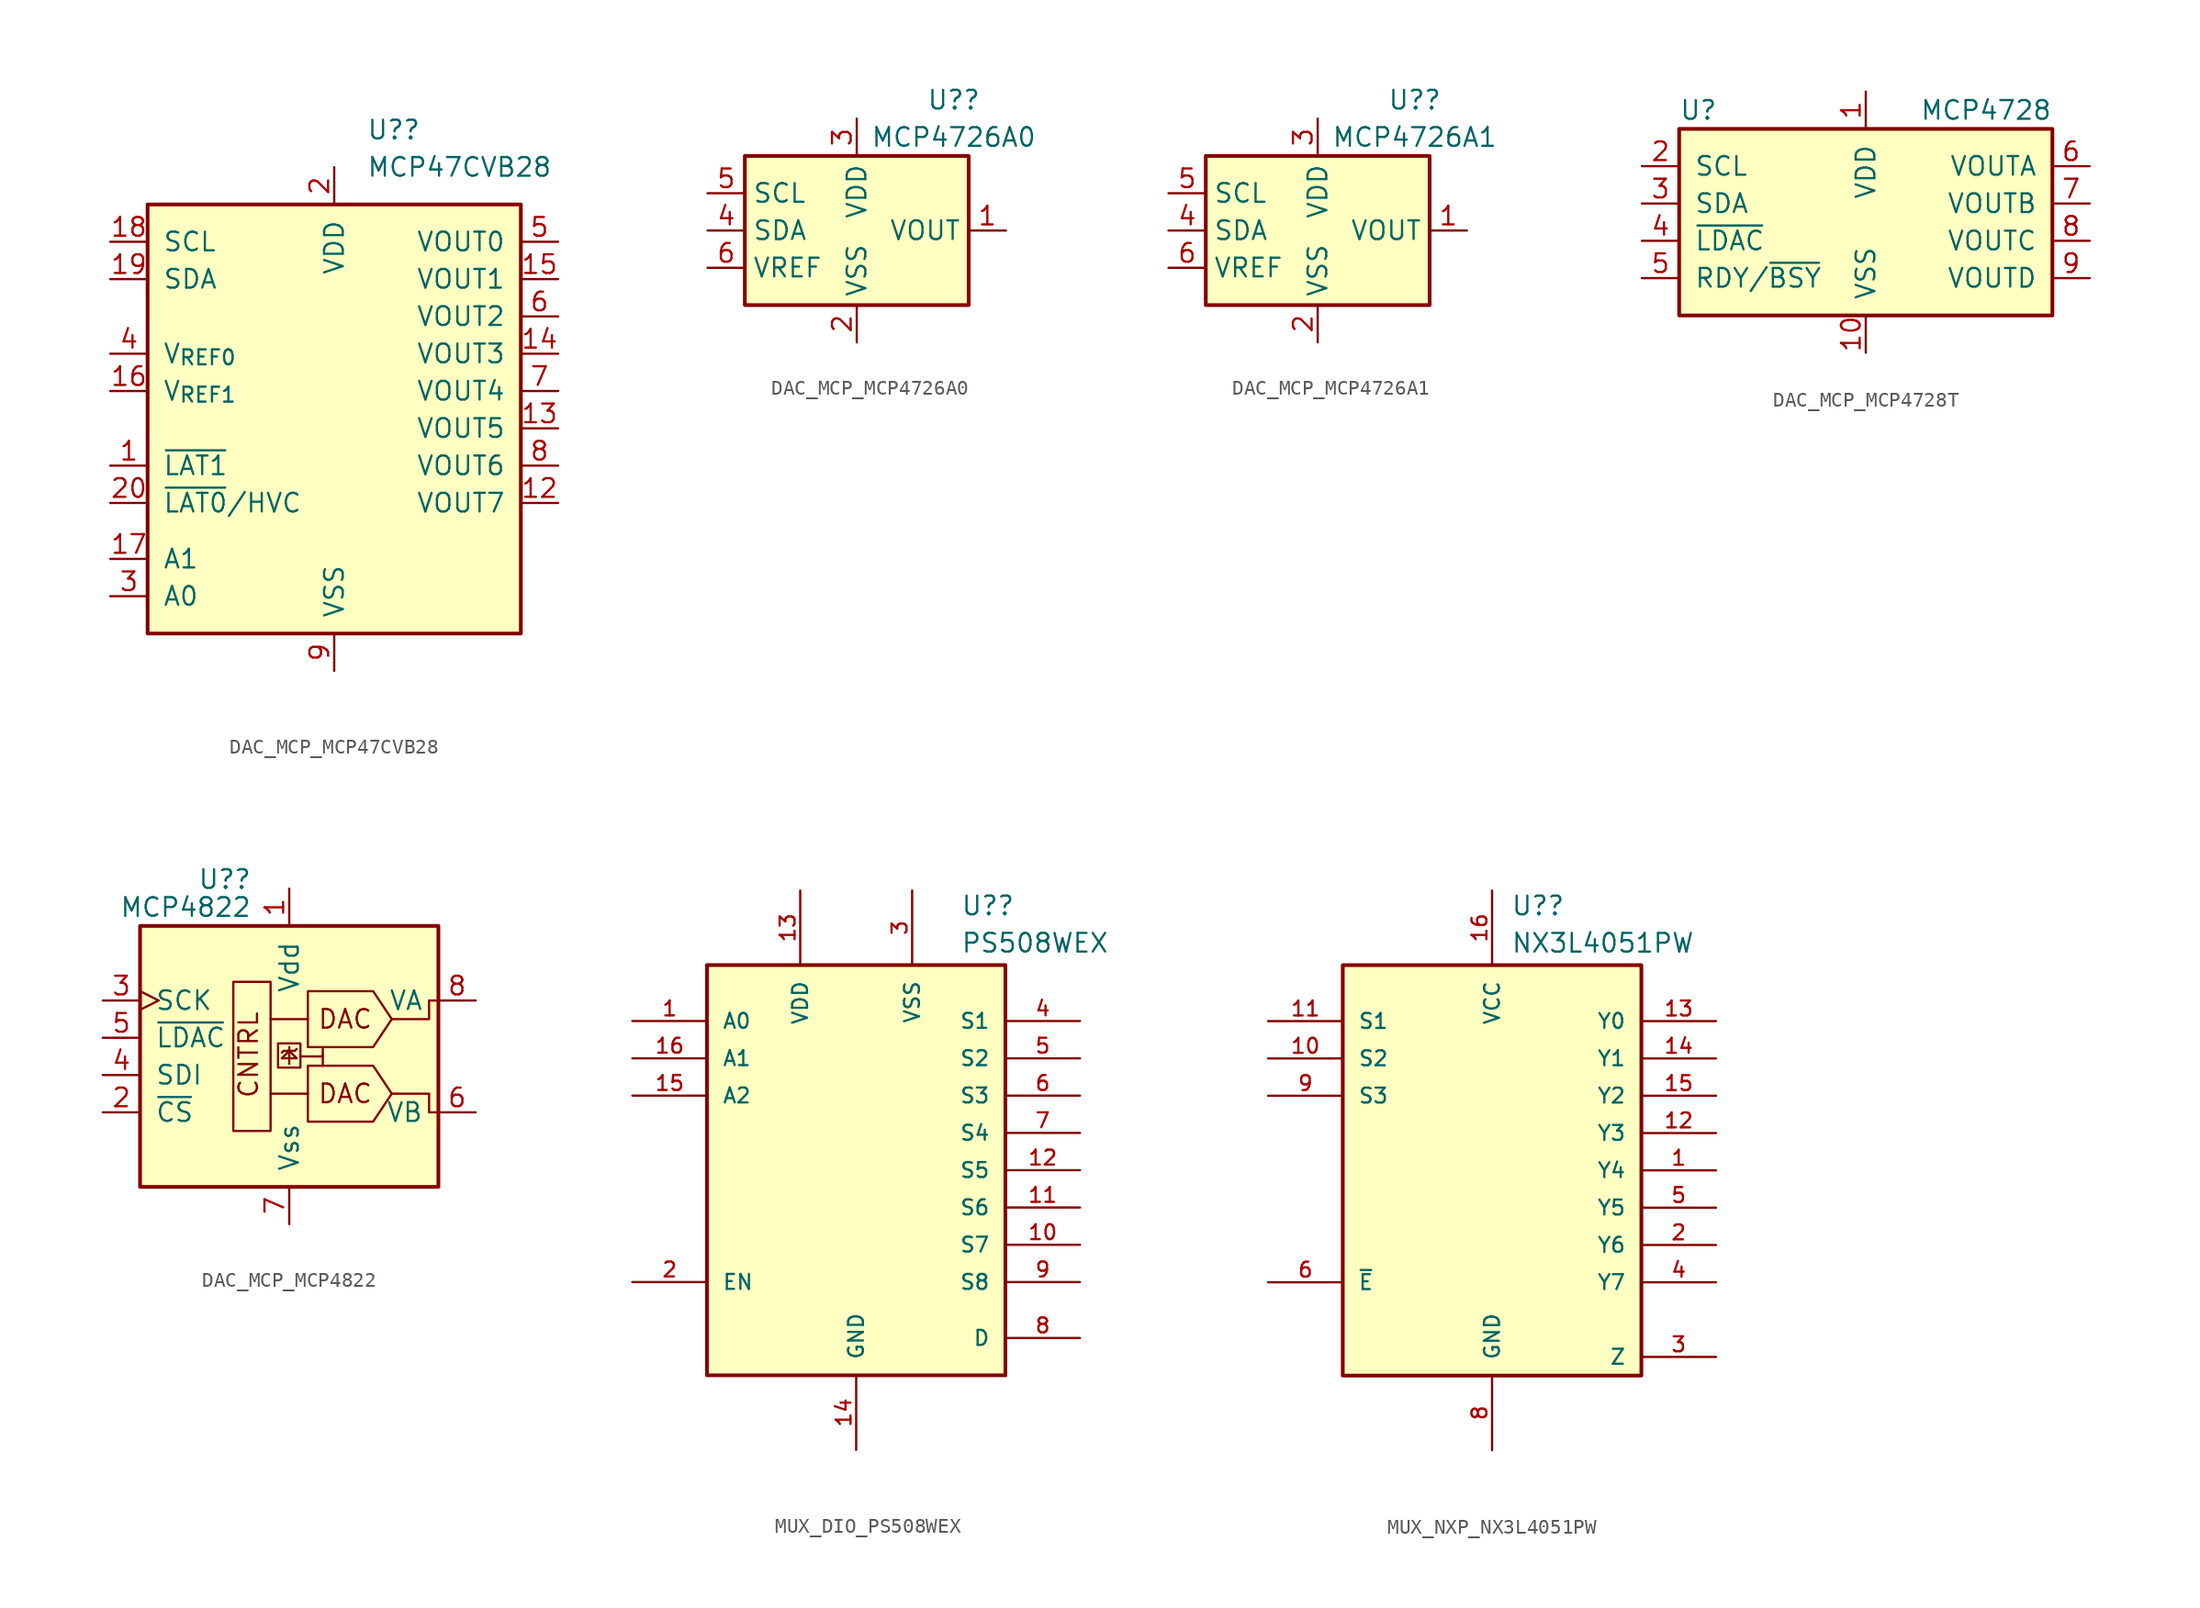
<source format=kicad_sym>
(kicad_symbol_lib
  (version 20231120)
  (generator "kicad_symbol_editor")
  (generator_version "8.0")
  (symbol "DAC_MCP_MCP47CVB28"
    (pin_names
      (offset 1.016))
    (property "Reference" "U?"
      (at 2.194 10.16 0)
      (effects (font (size 1.27 1.27)) (justify left)))
    (property "Value" "MCP47CVB28"
      (at 2.194 7.62 0)
      (effects (font (size 1.27 1.27)) (justify left)))
    (symbol "DAC_MCP_MCP47CVB28_0_1"
      (rectangle (start -12.7 5.08) (end 12.7 -24.13) (stroke (width 0.254) (type default)) (fill (type background))))
    (symbol "DAC_MCP_MCP47CVB28_1_1"
      (pin input line (at -15.24 -12.7 0) (length 2.54) (name "~{LAT1}" (effects (font (size 1.27 1.27)))) (number "1" (effects (font (size 1.27 1.27)))))
      (pin no_connect line (at -5.08 -26.67 90) (length 2.54) hide (name "NC" (effects (font (size 1.27 1.27)))) (number "10" (effects (font (size 1.27 1.27)))))
      (pin no_connect line (at -7.62 -26.67 90) (length 2.54) hide (name "NC" (effects (font (size 1.27 1.27)))) (number "11" (effects (font (size 1.27 1.27)))))
      (pin output line (at 15.24 -15.24 180) (length 2.54) (name "VOUT7" (effects (font (size 1.27 1.27)))) (number "12" (effects (font (size 1.27 1.27)))))
      (pin output line (at 15.24 -10.16 180) (length 2.54) (name "VOUT5" (effects (font (size 1.27 1.27)))) (number "13" (effects (font (size 1.27 1.27)))))
      (pin output line (at 15.24 -5.08 180) (length 2.54) (name "VOUT3" (effects (font (size 1.27 1.27)))) (number "14" (effects (font (size 1.27 1.27)))))
      (pin output line (at 15.24 0 180) (length 2.54) (name "VOUT1" (effects (font (size 1.27 1.27)))) (number "15" (effects (font (size 1.27 1.27)))))
      (pin output line (at -15.24 -7.62 0) (length 2.54) (name "V_{REF1}" (effects (font (size 1.27 1.27)))) (number "16" (effects (font (size 1.27 1.27)))))
      (pin bidirectional line (at -15.24 -19.05 0) (length 2.54) (name "A1" (effects (font (size 1.27 1.27)))) (number "17" (effects (font (size 1.27 1.27)))))
      (pin input line (at -15.24 2.54 0) (length 2.54) (name "SCL" (effects (font (size 1.27 1.27)))) (number "18" (effects (font (size 1.27 1.27)))))
      (pin bidirectional line (at -15.24 0 0) (length 2.54) (name "SDA" (effects (font (size 1.27 1.27)))) (number "19" (effects (font (size 1.27 1.27)))))
      (pin power_in line (at 0 7.62 270) (length 2.54) (name "VDD" (effects (font (size 1.27 1.27)))) (number "2" (effects (font (size 1.27 1.27)))))
      (pin input line (at -15.24 -15.24 0) (length 2.54) (name "~{LAT0}/HVC" (effects (font (size 1.27 1.27)))) (number "20" (effects (font (size 1.27 1.27)))))
      (pin bidirectional line (at -15.24 -21.59 0) (length 2.54) (name "A0" (effects (font (size 1.27 1.27)))) (number "3" (effects (font (size 1.27 1.27)))))
      (pin output line (at -15.24 -5.08 0) (length 2.54) (name "V_{REF0}" (effects (font (size 1.27 1.27)))) (number "4" (effects (font (size 1.27 1.27)))))
      (pin output line (at 15.24 2.54 180) (length 2.54) (name "VOUT0" (effects (font (size 1.27 1.27)))) (number "5" (effects (font (size 1.27 1.27)))))
      (pin output line (at 15.24 -2.54 180) (length 2.54) (name "VOUT2" (effects (font (size 1.27 1.27)))) (number "6" (effects (font (size 1.27 1.27)))))
      (pin output line (at 15.24 -7.62 180) (length 2.54) (name "VOUT4" (effects (font (size 1.27 1.27)))) (number "7" (effects (font (size 1.27 1.27)))))
      (pin output line (at 15.24 -12.7 180) (length 2.54) (name "VOUT6" (effects (font (size 1.27 1.27)))) (number "8" (effects (font (size 1.27 1.27)))))
      (pin power_in line (at 0 -26.67 90) (length 2.54) (name "VSS" (effects (font (size 1.27 1.27)))) (number "9" (effects (font (size 1.27 1.27)))))))
  (symbol "DAC_MCP_MCP4726A0"
    (property "Reference" "U?"
      (at 6.604 8.89 0)
      (effects (font (size 1.27 1.27))))
    (property "Value" "MCP4726A0"
      (at 6.604 6.35 0)
      (effects (font (size 1.27 1.27))))
    (symbol "DAC_MCP_MCP4726A0_0_1"
      (rectangle (start -7.62 5.08) (end 7.62 -5.08) (stroke (width 0.254) (type default)) (fill (type background))))
    (symbol "DAC_MCP_MCP4726A0_1_1"
      (pin output line (at 10.16 0 180) (length 2.54) (name "VOUT" (effects (font (size 1.27 1.27)))) (number "1" (effects (font (size 1.27 1.27)))))
      (pin power_in line (at 0 -7.62 90) (length 2.54) (name "VSS" (effects (font (size 1.27 1.27)))) (number "2" (effects (font (size 1.27 1.27)))))
      (pin power_in line (at 0 7.62 270) (length 2.54) (name "VDD" (effects (font (size 1.27 1.27)))) (number "3" (effects (font (size 1.27 1.27)))))
      (pin bidirectional line (at -10.16 0 0) (length 2.54) (name "SDA" (effects (font (size 1.27 1.27)))) (number "4" (effects (font (size 1.27 1.27)))))
      (pin input line (at -10.16 2.54 0) (length 2.54) (name "SCL" (effects (font (size 1.27 1.27)))) (number "5" (effects (font (size 1.27 1.27)))))
      (pin input line (at -10.16 -2.54 0) (length 2.54) (name "VREF" (effects (font (size 1.27 1.27)))) (number "6" (effects (font (size 1.27 1.27)))))))
  (symbol "DAC_MCP_MCP4726A1"
    (property "Reference" "U?"
      (at 6.604 8.89 0)
      (effects (font (size 1.27 1.27))))
    (property "Value" "MCP4726A1"
      (at 6.604 6.35 0)
      (effects (font (size 1.27 1.27))))
    (symbol "DAC_MCP_MCP4726A1_0_1"
      (rectangle (start -7.62 5.08) (end 7.62 -5.08) (stroke (width 0.254) (type default)) (fill (type background))))
    (symbol "DAC_MCP_MCP4726A1_1_1"
      (pin output line (at 10.16 0 180) (length 2.54) (name "VOUT" (effects (font (size 1.27 1.27)))) (number "1" (effects (font (size 1.27 1.27)))))
      (pin power_in line (at 0 -7.62 90) (length 2.54) (name "VSS" (effects (font (size 1.27 1.27)))) (number "2" (effects (font (size 1.27 1.27)))))
      (pin power_in line (at 0 7.62 270) (length 2.54) (name "VDD" (effects (font (size 1.27 1.27)))) (number "3" (effects (font (size 1.27 1.27)))))
      (pin bidirectional line (at -10.16 0 0) (length 2.54) (name "SDA" (effects (font (size 1.27 1.27)))) (number "4" (effects (font (size 1.27 1.27)))))
      (pin input line (at -10.16 2.54 0) (length 2.54) (name "SCL" (effects (font (size 1.27 1.27)))) (number "5" (effects (font (size 1.27 1.27)))))
      (pin input line (at -10.16 -2.54 0) (length 2.54) (name "VREF" (effects (font (size 1.27 1.27)))) (number "6" (effects (font (size 1.27 1.27)))))))
  (symbol "DAC_MCP_MCP4728T"
    (pin_names
      (offset 1.016))
    (property "Reference" "U"
      (at -12.7 6.35 0)
      (effects (font (size 1.27 1.27)) (justify left)))
    (property "Value" "MCP4728"
      (at 12.7 6.35 0)
      (effects (font (size 1.27 1.27)) (justify right)))
    (symbol "DAC_MCP_MCP4728T_0_1"
      (rectangle (start -12.7 5.08) (end 12.7 -7.62) (stroke (width 0.254) (type default)) (fill (type background))))
    (symbol "DAC_MCP_MCP4728T_1_1"
      (pin power_in line (at 0 7.62 270) (length 2.54) (name "VDD" (effects (font (size 1.27 1.27)))) (number "1" (effects (font (size 1.27 1.27)))))
      (pin power_in line (at 0 -10.16 90) (length 2.54) (name "VSS" (effects (font (size 1.27 1.27)))) (number "10" (effects (font (size 1.27 1.27)))))
      (pin input line (at -15.24 2.54 0) (length 2.54) (name "SCL" (effects (font (size 1.27 1.27)))) (number "2" (effects (font (size 1.27 1.27)))))
      (pin bidirectional line (at -15.24 0 0) (length 2.54) (name "SDA" (effects (font (size 1.27 1.27)))) (number "3" (effects (font (size 1.27 1.27)))))
      (pin input line (at -15.24 -2.54 0) (length 2.54) (name "~{LDAC}" (effects (font (size 1.27 1.27)))) (number "4" (effects (font (size 1.27 1.27)))))
      (pin output line (at -15.24 -5.08 0) (length 2.54) (name "RDY/~{BSY}" (effects (font (size 1.27 1.27)))) (number "5" (effects (font (size 1.27 1.27)))))
      (pin output line (at 15.24 2.54 180) (length 2.54) (name "VOUTA" (effects (font (size 1.27 1.27)))) (number "6" (effects (font (size 1.27 1.27)))))
      (pin output line (at 15.24 0 180) (length 2.54) (name "VOUTB" (effects (font (size 1.27 1.27)))) (number "7" (effects (font (size 1.27 1.27)))))
      (pin output line (at 15.24 -2.54 180) (length 2.54) (name "VOUTC" (effects (font (size 1.27 1.27)))) (number "8" (effects (font (size 1.27 1.27)))))
      (pin output line (at 15.24 -5.08 180) (length 2.54) (name "VOUTD" (effects (font (size 1.27 1.27)))) (number "9" (effects (font (size 1.27 1.27)))))))
  (symbol "DAC_MCP_MCP4822"
    (pin_names
      (offset 1.016))
    (property "Reference" "U?"
      (at -2.54 10.795 0)
      (effects (font (size 1.27 1.27)) (justify right)))
    (property "Value" "MCP4822"
      (at -2.54 8.89 0)
      (effects (font (size 1.27 1.27)) (justify right)))
    (symbol "DAC_MCP_MCP4822_0_0"
      (polyline (pts (xy 0 -1.778) (xy 0 -0.635)) (stroke (width 0) (type default)) (fill (type none)))
      (polyline (pts (xy 0.381 -0.889) (xy 0.508 -0.762)) (stroke (width 0) (type default)) (fill (type none)))
      (polyline (pts (xy 2.286 -1.143) (xy 2.286 -1.905)) (stroke (width 0) (type default)) (fill (type none)))
      (polyline (pts (xy 0.381 -0.889) (xy -0.381 -0.889) (xy -0.508 -1.016)) (stroke (width 0) (type default)) (fill (type none)))
      (polyline (pts (xy 0.762 -1.27) (xy 2.286 -1.27) (xy 2.286 -0.762)) (stroke (width 0) (type default)) (fill (type none)))
      (polyline (pts (xy 0 -0.889) (xy 0.508 -1.397) (xy -0.508 -1.397) (xy 0 -0.889)) (stroke (width 0) (type default)) (fill (type none)))
      (polyline (pts (xy 6.985 -3.81) (xy 9.525 -3.81) (xy 9.525 -5.08) (xy 10.16 -5.08)) (stroke (width 0) (type default)) (fill (type none)))
      (polyline (pts (xy 6.985 1.27) (xy 9.525 1.27) (xy 9.525 2.54) (xy 10.16 2.54)) (stroke (width 0) (type default)) (fill (type none)))
      (rectangle (start 0.762 -0.381) (end -0.762 -2.032) (stroke (width 0) (type default)) (fill (type none)))
      (text "CNTRL" (at -2.032 -4.191 900) (effects (font (size 1.27 1.27)) (justify left bottom)))
      (text "DAC" (at 3.81 -3.81 0) (effects (font (size 1.27 1.27))))
      (text "DAC" (at 3.81 1.27 0) (effects (font (size 1.27 1.27)))))
    (symbol "DAC_MCP_MCP4822_0_1"
      (rectangle (start -10.16 7.62) (end 10.16 -10.16) (stroke (width 0.254) (type default)) (fill (type background)))
      (rectangle (start -1.27 -6.35) (end -3.81 3.81) (stroke (width 0) (type default)) (fill (type none)))
      (polyline (pts (xy 1.27 -3.81) (xy -1.27 -3.81)) (stroke (width 0) (type default)) (fill (type none)))
      (polyline (pts (xy 1.27 1.27) (xy -1.27 1.27)) (stroke (width 0) (type default)) (fill (type none)))
      (polyline (pts (xy 6.985 -3.81) (xy 5.715 -1.905) (xy 1.27 -1.905) (xy 1.27 -5.715) (xy 5.715 -5.715) (xy 6.985 -3.81)) (stroke (width 0) (type default)) (fill (type none)))
      (polyline (pts (xy 6.985 1.27) (xy 5.715 3.175) (xy 1.27 3.175) (xy 1.27 -0.635) (xy 5.715 -0.635) (xy 6.985 1.27)) (stroke (width 0) (type default)) (fill (type none))))
    (symbol "DAC_MCP_MCP4822_1_1"
      (pin power_in line (at 0 10.16 270) (length 2.54) (name "Vdd" (effects (font (size 1.27 1.27)))) (number "1" (effects (font (size 1.27 1.27)))))
      (pin input line (at -12.7 -5.08 0) (length 2.54) (name "~{CS}" (effects (font (size 1.27 1.27)))) (number "2" (effects (font (size 1.27 1.27)))))
      (pin input clock (at -12.7 2.54 0) (length 2.54) (name "SCK" (effects (font (size 1.27 1.27)))) (number "3" (effects (font (size 1.27 1.27)))))
      (pin input line (at -12.7 -2.54 0) (length 2.54) (name "SDI" (effects (font (size 1.27 1.27)))) (number "4" (effects (font (size 1.27 1.27)))))
      (pin input line (at -12.7 0 0) (length 2.54) (name "~{LDAC}" (effects (font (size 1.27 1.27)))) (number "5" (effects (font (size 1.27 1.27)))))
      (pin output line (at 12.7 -5.08 180) (length 2.54) (name "VB" (effects (font (size 1.27 1.27)))) (number "6" (effects (font (size 1.27 1.27)))))
      (pin power_in line (at 0 -12.7 90) (length 2.54) (name "Vss" (effects (font (size 1.27 1.27)))) (number "7" (effects (font (size 1.27 1.27)))))
      (pin output line (at 12.7 2.54 180) (length 2.54) (name "VA" (effects (font (size 1.27 1.27)))) (number "8" (effects (font (size 1.27 1.27)))))))
  (symbol "MUX_DIO_PS508WEX"
    (pin_names
      (offset 1.016))
    (property "Reference" "U?"
      (at 7.112 17.272 0)
      (effects (font (size 1.27 1.27)) (justify left bottom)))
    (property "Value" "PS508WEX"
      (at 7.112 14.732 0)
      (effects (font (size 1.27 1.27)) (justify left bottom)))
    (symbol "MUX_DIO_PS508WEX_0_0"
      (rectangle (start -10.16 13.97) (end 10.16 -13.97) (stroke (width 0.254) (type default)) (fill (type background))))
    (symbol "MUX_DIO_PS508WEX_1_0"
      (pin bidirectional line (at -15.24 10.16 0) (length 5.08) (name "A0" (effects (font (size 1.016 1.016)))) (number "1" (effects (font (size 1.016 1.016)))))
      (pin bidirectional line (at 15.24 -5.08 180) (length 5.08) (name "S7" (effects (font (size 1.016 1.016)))) (number "10" (effects (font (size 1.016 1.016)))))
      (pin bidirectional line (at 15.24 -2.54 180) (length 5.08) (name "S6" (effects (font (size 1.016 1.016)))) (number "11" (effects (font (size 1.016 1.016)))))
      (pin bidirectional line (at 15.24 0 180) (length 5.08) (name "S5" (effects (font (size 1.016 1.016)))) (number "12" (effects (font (size 1.016 1.016)))))
      (pin power_in line (at -3.81 19.05 270) (length 5.08) (name "VDD" (effects (font (size 1.016 1.016)))) (number "13" (effects (font (size 1.016 1.016)))))
      (pin power_in line (at 0 -19.05 90) (length 5.08) (name "GND" (effects (font (size 1.016 1.016)))) (number "14" (effects (font (size 1.016 1.016)))))
      (pin bidirectional line (at -15.24 5.08 0) (length 5.08) (name "A2" (effects (font (size 1.016 1.016)))) (number "15" (effects (font (size 1.016 1.016)))))
      (pin bidirectional line (at -15.24 7.62 0) (length 5.08) (name "A1" (effects (font (size 1.016 1.016)))) (number "16" (effects (font (size 1.016 1.016)))))
      (pin input line (at -15.24 -7.62 0) (length 5.08) (name "EN" (effects (font (size 1.016 1.016)))) (number "2" (effects (font (size 1.016 1.016)))))
      (pin power_in line (at 3.81 19.05 270) (length 5.08) (name "VSS" (effects (font (size 1.016 1.016)))) (number "3" (effects (font (size 1.016 1.016)))))
      (pin bidirectional line (at 15.24 10.16 180) (length 5.08) (name "S1" (effects (font (size 1.016 1.016)))) (number "4" (effects (font (size 1.016 1.016)))))
      (pin bidirectional line (at 15.24 7.62 180) (length 5.08) (name "S2" (effects (font (size 1.016 1.016)))) (number "5" (effects (font (size 1.016 1.016)))))
      (pin bidirectional line (at 15.24 5.08 180) (length 5.08) (name "S3" (effects (font (size 1.016 1.016)))) (number "6" (effects (font (size 1.016 1.016)))))
      (pin bidirectional line (at 15.24 2.54 180) (length 5.08) (name "S4" (effects (font (size 1.016 1.016)))) (number "7" (effects (font (size 1.016 1.016)))))
      (pin bidirectional line (at 15.24 -11.43 180) (length 5.08) (name "D" (effects (font (size 1.016 1.016)))) (number "8" (effects (font (size 1.016 1.016)))))
      (pin bidirectional line (at 15.24 -7.62 180) (length 5.08) (name "S8" (effects (font (size 1.016 1.016)))) (number "9" (effects (font (size 1.016 1.016)))))))
  (symbol "MUX_NXP_NX3L4051PW"
    (pin_names
      (offset 1.016))
    (property "Reference" "U?"
      (at 1.27 17.272 0)
      (effects (font (size 1.27 1.27)) (justify left bottom)))
    (property "Value" "NX3L4051PW"
      (at 1.27 14.732 0)
      (effects (font (size 1.27 1.27)) (justify left bottom)))
    (symbol "MUX_NXP_NX3L4051PW_0_0"
      (rectangle (start -10.16 13.97) (end 10.16 -13.97) (stroke (width 0.254) (type default)) (fill (type background)))
      (pin bidirectional line (at 15.24 0 180) (length 5.08) (name "Y4" (effects (font (size 1.016 1.016)))) (number "1" (effects (font (size 1.016 1.016)))))
      (pin input line (at -15.24 7.62 0) (length 5.08) (name "S2" (effects (font (size 1.016 1.016)))) (number "10" (effects (font (size 1.016 1.016)))))
      (pin input line (at -15.24 10.16 0) (length 5.08) (name "S1" (effects (font (size 1.016 1.016)))) (number "11" (effects (font (size 1.016 1.016)))))
      (pin bidirectional line (at 15.24 2.54 180) (length 5.08) (name "Y3" (effects (font (size 1.016 1.016)))) (number "12" (effects (font (size 1.016 1.016)))))
      (pin bidirectional line (at 15.24 10.16 180) (length 5.08) (name "Y0" (effects (font (size 1.016 1.016)))) (number "13" (effects (font (size 1.016 1.016)))))
      (pin bidirectional line (at 15.24 7.62 180) (length 5.08) (name "Y1" (effects (font (size 1.016 1.016)))) (number "14" (effects (font (size 1.016 1.016)))))
      (pin bidirectional line (at 15.24 5.08 180) (length 5.08) (name "Y2" (effects (font (size 1.016 1.016)))) (number "15" (effects (font (size 1.016 1.016)))))
      (pin power_in line (at 0 19.05 270) (length 5.08) (name "VCC" (effects (font (size 1.016 1.016)))) (number "16" (effects (font (size 1.016 1.016)))))
      (pin bidirectional line (at 15.24 -5.08 180) (length 5.08) (name "Y6" (effects (font (size 1.016 1.016)))) (number "2" (effects (font (size 1.016 1.016)))))
      (pin bidirectional line (at 15.24 -12.7 180) (length 5.08) (name "Z" (effects (font (size 1.016 1.016)))) (number "3" (effects (font (size 1.016 1.016)))))
      (pin bidirectional line (at 15.24 -7.62 180) (length 5.08) (name "Y7" (effects (font (size 1.016 1.016)))) (number "4" (effects (font (size 1.016 1.016)))))
      (pin bidirectional line (at 15.24 -2.54 180) (length 5.08) (name "Y5" (effects (font (size 1.016 1.016)))) (number "5" (effects (font (size 1.016 1.016)))))
      (pin input line (at -15.24 -7.62 0) (length 5.08) (name "~{E}" (effects (font (size 1.016 1.016)))) (number "6" (effects (font (size 1.016 1.016)))))
      (pin power_in line (at 0 -19.05 90) (length 5.08) (name "GND" (effects (font (size 1.016 1.016)))) (number "8" (effects (font (size 1.016 1.016)))))
      (pin input line (at -15.24 5.08 0) (length 5.08) (name "S3" (effects (font (size 1.016 1.016)))) (number "9" (effects (font (size 1.016 1.016))))))
    (symbol "MUX_NXP_NX3L4051PW_1_0"
      (pin no_connect line (at -15.24 -5.08 0) (length 5.08) hide (name "ns" (effects (font (size 1.016 1.016)))) (number "7" (effects (font (size 1.016 1.016))))))))
</source>
